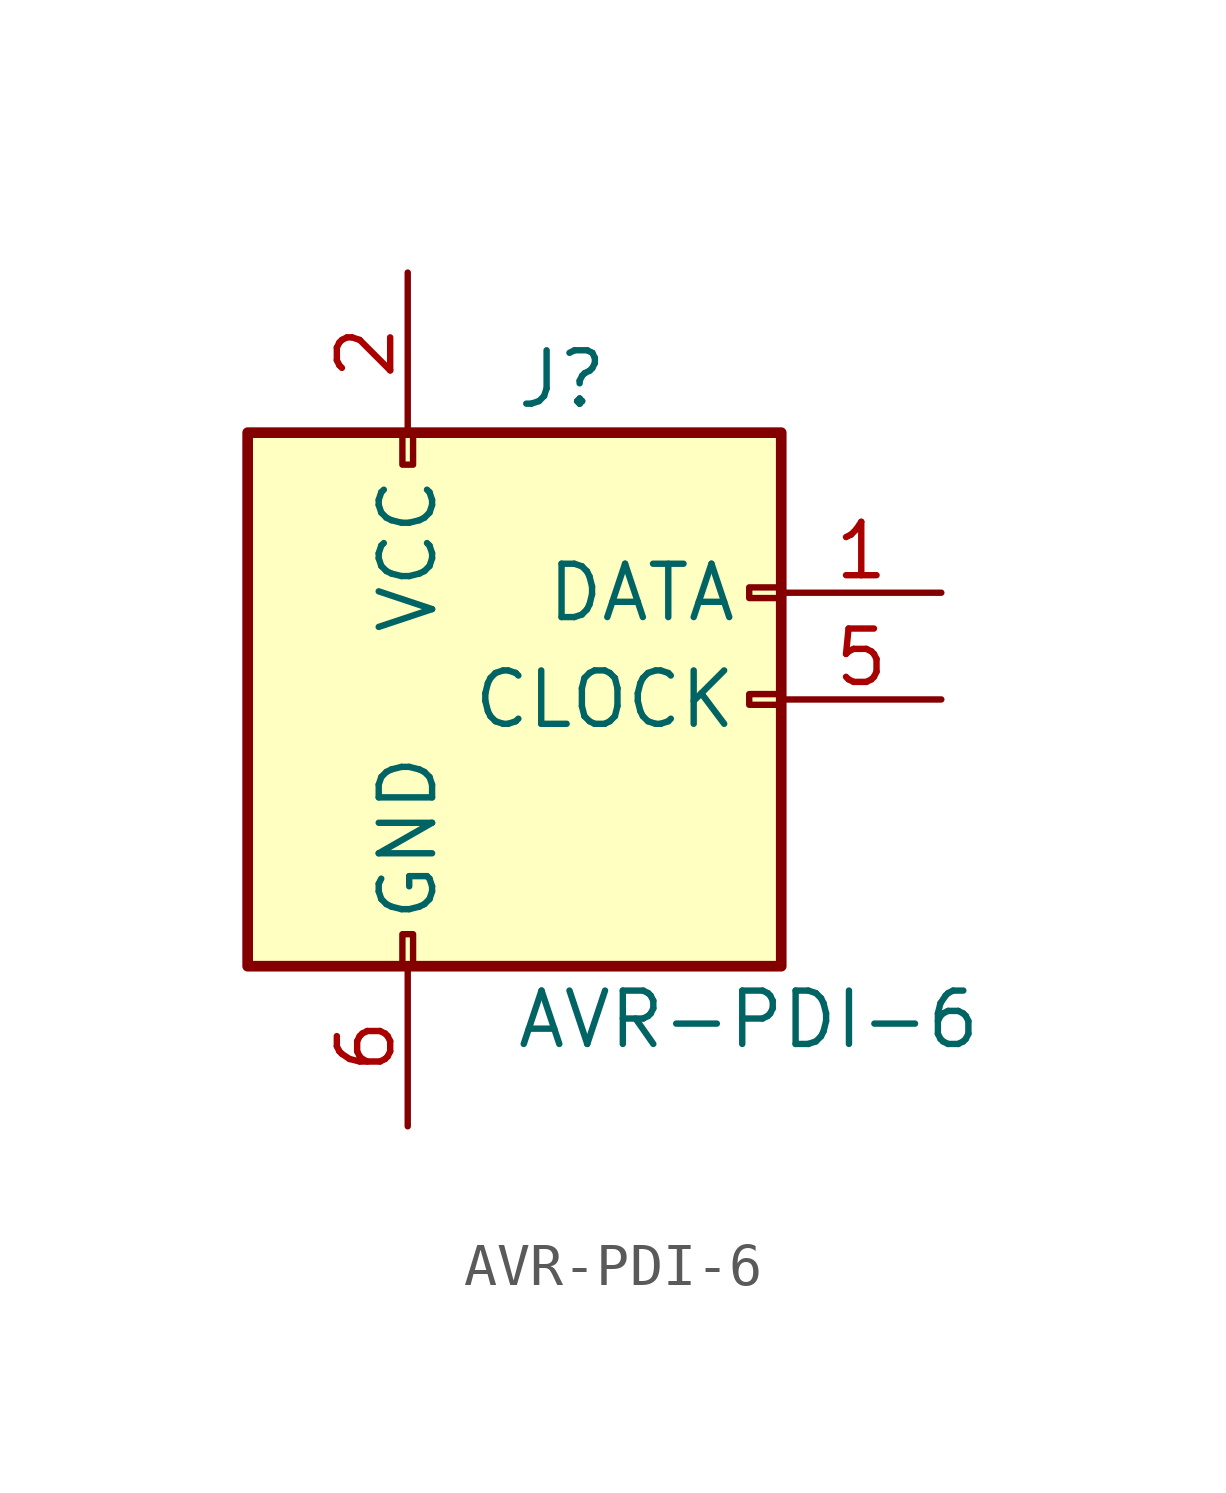
<source format=kicad_sym>
(kicad_symbol_lib
  (version 20231120)
  (generator "kicad_symbol_editor")
  (generator_version "8.0")
  (symbol "AVR-PDI-6"
    (pin_names
      (offset 1.016))
    (property "Reference" "J"
      (at 0 7.62 0)
      (effects (font (size 1.27 1.27)) (justify left)))
    (property "Value" "AVR-PDI-6"
      (at 0 -7.62 0)
      (effects (font (size 1.27 1.27)) (justify left)))
    (symbol "AVR-PDI-6_0_1"
      (rectangle (start -2.667 -5.588) (end -2.413 -6.35) (stroke (width 0) (type solid)) (fill (type none)))
      (rectangle (start -2.667 6.35) (end -2.413 5.588) (stroke (width 0) (type solid)) (fill (type none)))
      (rectangle (start 6.35 0.127) (end 5.588 -0.127) (stroke (width 0) (type solid)) (fill (type none)))
      (rectangle (start 6.35 2.667) (end 5.588 2.413) (stroke (width 0) (type solid)) (fill (type none)))
      (rectangle (start 6.35 6.35) (end -6.35 -6.35) (stroke (width 0.254) (type solid)) (fill (type background))))
    (symbol "AVR-PDI-6_1_1"
      (pin passive line (at 10.16 2.54 180) (length 3.81) (name "DATA" (effects (font (size 1.27 1.27)))) (number "1" (effects (font (size 1.27 1.27)))))
      (pin power_in line (at -2.54 10.16 270) (length 3.81) (name "VCC" (effects (font (size 1.27 1.27)))) (number "2" (effects (font (size 1.27 1.27)))))
      (pin no_connect line (at 5.08 -2.54 180) (length 3.81) hide (name "NC" (effects (font (size 1.27 1.27)))) (number "3" (effects (font (size 1.27 1.27)))))
      (pin no_connect line (at 5.08 -5.08 180) (length 3.81) hide (name "NC" (effects (font (size 1.27 1.27)))) (number "4" (effects (font (size 1.27 1.27)))))
      (pin passive line (at 10.16 0 180) (length 3.81) (name "CLOCK" (effects (font (size 1.27 1.27)))) (number "5" (effects (font (size 1.27 1.27)))))
      (pin power_in line (at -2.54 -10.16 90) (length 3.81) (name "GND" (effects (font (size 1.27 1.27)))) (number "6" (effects (font (size 1.27 1.27))))))))
</source>
